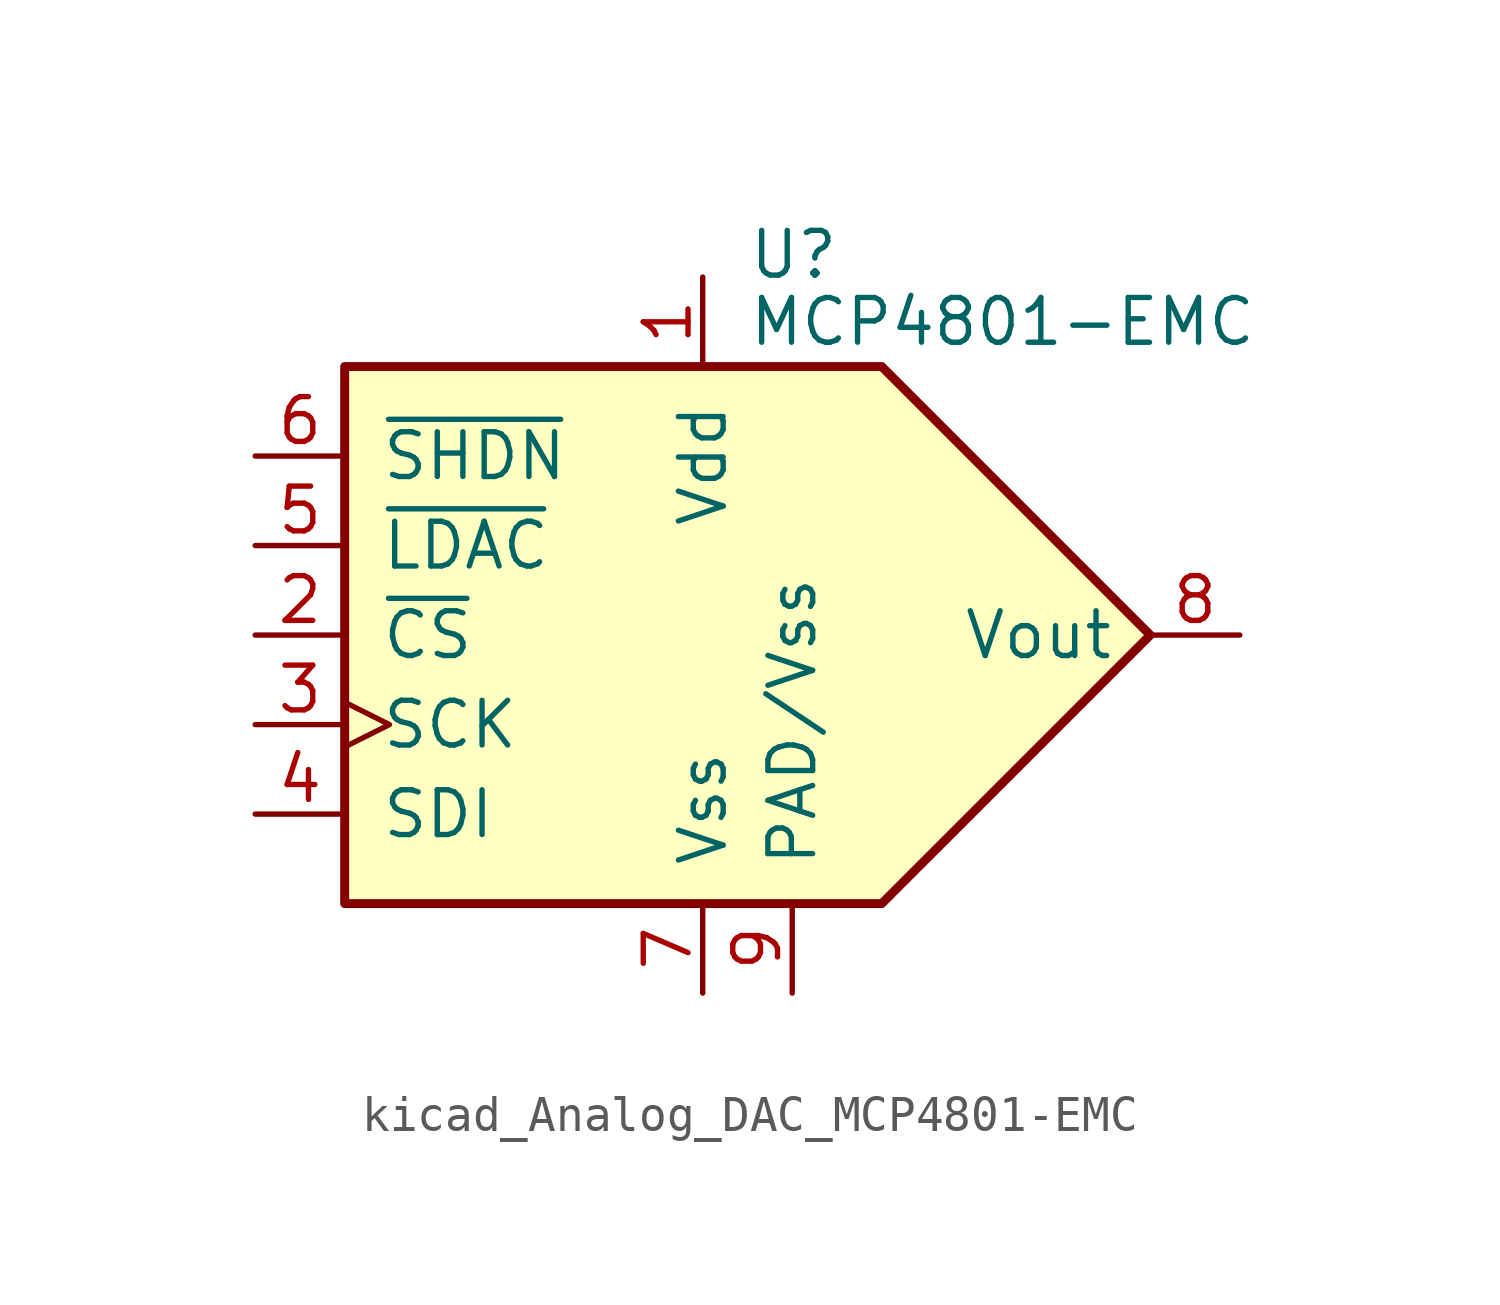
<source format=kicad_sym>
(kicad_symbol_lib
  (version 20220914)
  (generator kicad_symbol_editor)
  (symbol "kicad_Analog_DAC_MCP4801-EMC"
    (pin_names
      (offset 1.016))
    (property "Reference" "U"
      (at 1.27 10.795 0)
      (effects (font (size 1.27 1.27)) (justify left)))
    (property "Value" "MCP4801-EMC"
      (at 1.27 8.89 0)
      (effects (font (size 1.27 1.27)) (justify left)))
    (symbol "kicad_Analog_DAC_MCP4801-EMC_0_0"
      (polyline (pts (xy 12.7 0) (xy 5.08 7.62) (xy -10.16 7.62) (xy -10.16 -7.62) (xy 5.08 -7.62) (xy 12.7 0)) (stroke (width 0.254) (type default)) (fill (type background))))
    (symbol "kicad_Analog_DAC_MCP4801-EMC_1_1"
      (pin power_in line (at 0 10.16 270) (length 2.54) (name "Vdd" (effects (font (size 1.27 1.27)))) (number "1" (effects (font (size 1.27 1.27)))))
      (pin input line (at -12.7 0 0) (length 2.54) (name "~{CS}" (effects (font (size 1.27 1.27)))) (number "2" (effects (font (size 1.27 1.27)))))
      (pin input clock (at -12.7 -2.54 0) (length 2.54) (name "SCK" (effects (font (size 1.27 1.27)))) (number "3" (effects (font (size 1.27 1.27)))))
      (pin input line (at -12.7 -5.08 0) (length 2.54) (name "SDI" (effects (font (size 1.27 1.27)))) (number "4" (effects (font (size 1.27 1.27)))))
      (pin input line (at -12.7 2.54 0) (length 2.54) (name "~{LDAC}" (effects (font (size 1.27 1.27)))) (number "5" (effects (font (size 1.27 1.27)))))
      (pin input line (at -12.7 5.08 0) (length 2.54) (name "~{SHDN}" (effects (font (size 1.27 1.27)))) (number "6" (effects (font (size 1.27 1.27)))))
      (pin power_in line (at 0 -10.16 90) (length 2.54) (name "Vss" (effects (font (size 1.27 1.27)))) (number "7" (effects (font (size 1.27 1.27)))))
      (pin output line (at 15.24 0 180) (length 2.54) (name "Vout" (effects (font (size 1.27 1.27)))) (number "8" (effects (font (size 1.27 1.27)))))
      (pin power_in line (at 2.54 -10.16 90) (length 2.54) (name "PAD/Vss" (effects (font (size 1.27 1.27)))) (number "9" (effects (font (size 1.27 1.27))))))))
</source>
